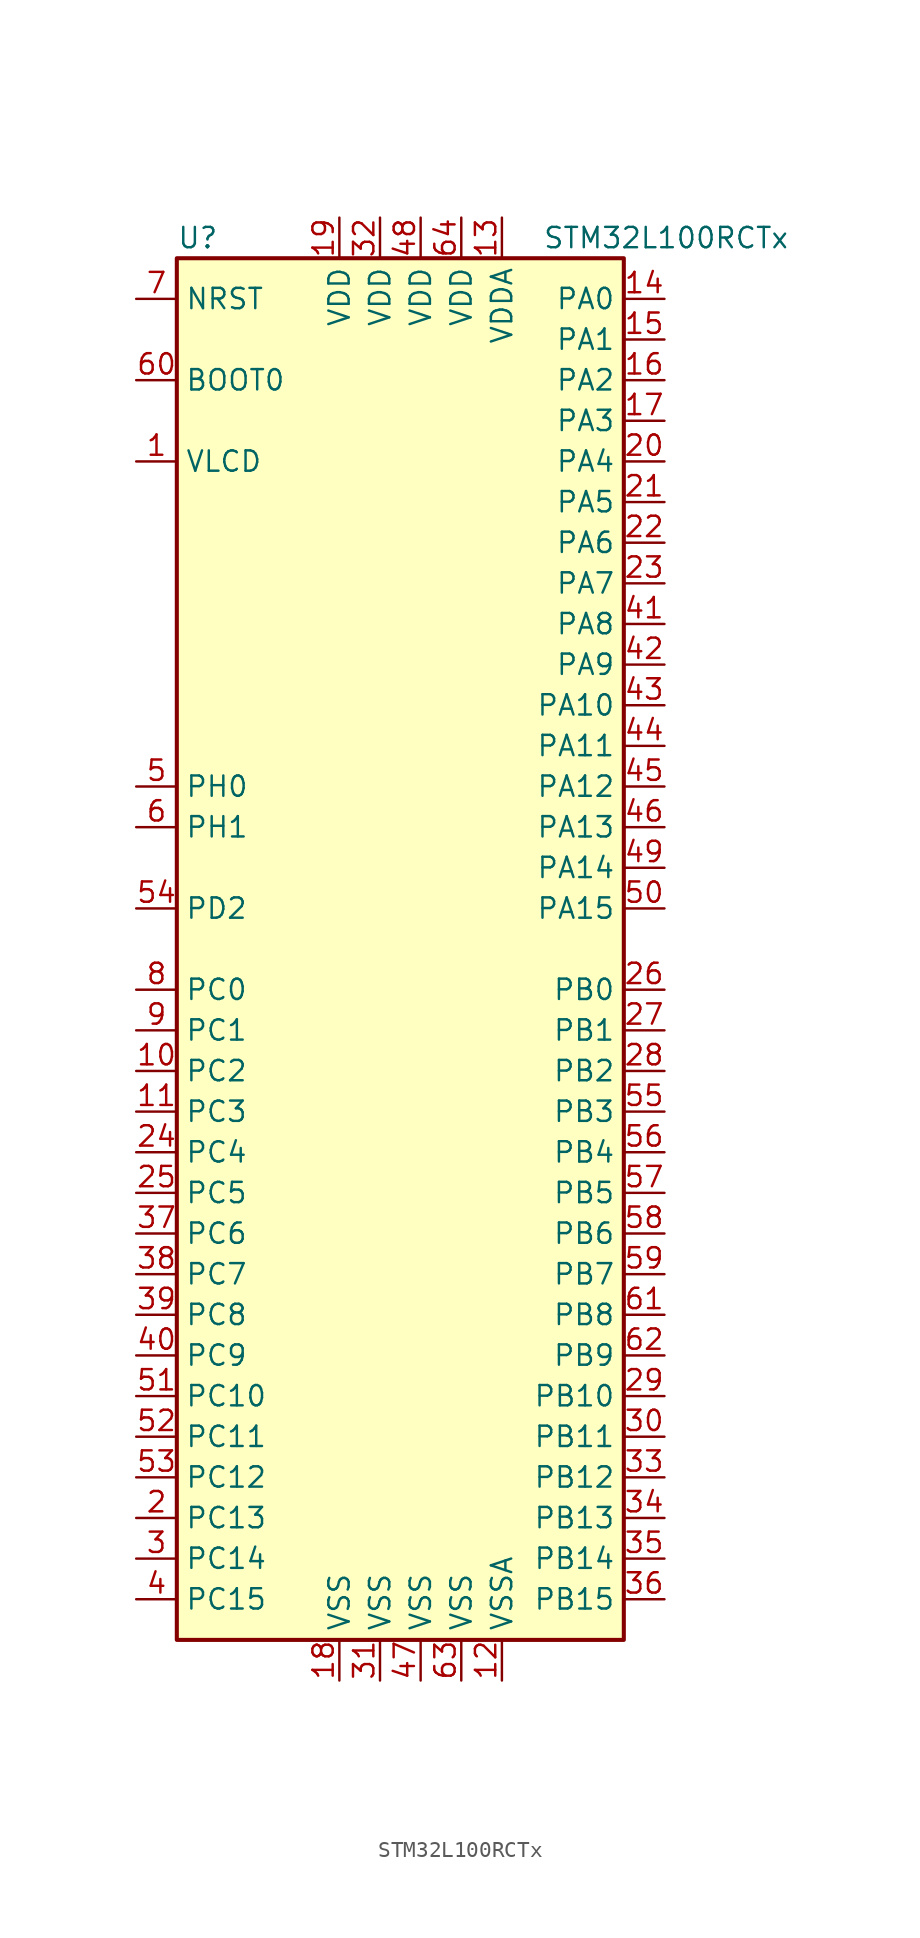
<source format=kicad_sym>
(kicad_symbol_lib
  (version 20211014)
  (generator kicad_symbol_editor)
  (symbol "STM32L100RCTx"
    (property "Reference" "U"
      (at -15.24 44.45 0)
      (effects (font (size 1.27 1.27)) (justify left)))
    (property "Value" "STM32L100RCTx"
      (at 7.62 44.45 0)
      (effects (font (size 1.27 1.27)) (justify left)))
    (symbol "STM32L100RCTx_0_1"
      (rectangle (start -15.24 -43.18) (end 12.7 43.18) (stroke (width 0.254) (type default) (color 0 0 0 0)) (fill (type background))))
    (symbol "STM32L100RCTx_1_1"
      (pin power_in line (at -17.78 30.48 0) (length 2.54) (name "VLCD" (effects (font (size 1.27 1.27)))) (number "1" (effects (font (size 1.27 1.27)))))
      (pin bidirectional line (at -17.78 -7.62 0) (length 2.54) (name "PC2" (effects (font (size 1.27 1.27)))) (number "10" (effects (font (size 1.27 1.27)))))
      (pin bidirectional line (at -17.78 -10.16 0) (length 2.54) (name "PC3" (effects (font (size 1.27 1.27)))) (number "11" (effects (font (size 1.27 1.27)))))
      (pin power_in line (at 5.08 -45.72 90) (length 2.54) (name "VSSA" (effects (font (size 1.27 1.27)))) (number "12" (effects (font (size 1.27 1.27)))))
      (pin power_in line (at 5.08 45.72 270) (length 2.54) (name "VDDA" (effects (font (size 1.27 1.27)))) (number "13" (effects (font (size 1.27 1.27)))))
      (pin bidirectional line (at 15.24 40.64 180) (length 2.54) (name "PA0" (effects (font (size 1.27 1.27)))) (number "14" (effects (font (size 1.27 1.27)))))
      (pin bidirectional line (at 15.24 38.1 180) (length 2.54) (name "PA1" (effects (font (size 1.27 1.27)))) (number "15" (effects (font (size 1.27 1.27)))))
      (pin bidirectional line (at 15.24 35.56 180) (length 2.54) (name "PA2" (effects (font (size 1.27 1.27)))) (number "16" (effects (font (size 1.27 1.27)))))
      (pin bidirectional line (at 15.24 33.02 180) (length 2.54) (name "PA3" (effects (font (size 1.27 1.27)))) (number "17" (effects (font (size 1.27 1.27)))))
      (pin power_in line (at -5.08 -45.72 90) (length 2.54) (name "VSS" (effects (font (size 1.27 1.27)))) (number "18" (effects (font (size 1.27 1.27)))))
      (pin power_in line (at -5.08 45.72 270) (length 2.54) (name "VDD" (effects (font (size 1.27 1.27)))) (number "19" (effects (font (size 1.27 1.27)))))
      (pin bidirectional line (at -17.78 -35.56 0) (length 2.54) (name "PC13" (effects (font (size 1.27 1.27)))) (number "2" (effects (font (size 1.27 1.27)))))
      (pin bidirectional line (at 15.24 30.48 180) (length 2.54) (name "PA4" (effects (font (size 1.27 1.27)))) (number "20" (effects (font (size 1.27 1.27)))))
      (pin bidirectional line (at 15.24 27.94 180) (length 2.54) (name "PA5" (effects (font (size 1.27 1.27)))) (number "21" (effects (font (size 1.27 1.27)))))
      (pin bidirectional line (at 15.24 25.4 180) (length 2.54) (name "PA6" (effects (font (size 1.27 1.27)))) (number "22" (effects (font (size 1.27 1.27)))))
      (pin bidirectional line (at 15.24 22.86 180) (length 2.54) (name "PA7" (effects (font (size 1.27 1.27)))) (number "23" (effects (font (size 1.27 1.27)))))
      (pin bidirectional line (at -17.78 -12.7 0) (length 2.54) (name "PC4" (effects (font (size 1.27 1.27)))) (number "24" (effects (font (size 1.27 1.27)))))
      (pin bidirectional line (at -17.78 -15.24 0) (length 2.54) (name "PC5" (effects (font (size 1.27 1.27)))) (number "25" (effects (font (size 1.27 1.27)))))
      (pin bidirectional line (at 15.24 -2.54 180) (length 2.54) (name "PB0" (effects (font (size 1.27 1.27)))) (number "26" (effects (font (size 1.27 1.27)))))
      (pin bidirectional line (at 15.24 -5.08 180) (length 2.54) (name "PB1" (effects (font (size 1.27 1.27)))) (number "27" (effects (font (size 1.27 1.27)))))
      (pin bidirectional line (at 15.24 -7.62 180) (length 2.54) (name "PB2" (effects (font (size 1.27 1.27)))) (number "28" (effects (font (size 1.27 1.27)))))
      (pin bidirectional line (at 15.24 -27.94 180) (length 2.54) (name "PB10" (effects (font (size 1.27 1.27)))) (number "29" (effects (font (size 1.27 1.27)))))
      (pin bidirectional line (at -17.78 -38.1 0) (length 2.54) (name "PC14" (effects (font (size 1.27 1.27)))) (number "3" (effects (font (size 1.27 1.27)))))
      (pin bidirectional line (at 15.24 -30.48 180) (length 2.54) (name "PB11" (effects (font (size 1.27 1.27)))) (number "30" (effects (font (size 1.27 1.27)))))
      (pin power_in line (at -2.54 -45.72 90) (length 2.54) (name "VSS" (effects (font (size 1.27 1.27)))) (number "31" (effects (font (size 1.27 1.27)))))
      (pin power_in line (at -2.54 45.72 270) (length 2.54) (name "VDD" (effects (font (size 1.27 1.27)))) (number "32" (effects (font (size 1.27 1.27)))))
      (pin bidirectional line (at 15.24 -33.02 180) (length 2.54) (name "PB12" (effects (font (size 1.27 1.27)))) (number "33" (effects (font (size 1.27 1.27)))))
      (pin bidirectional line (at 15.24 -35.56 180) (length 2.54) (name "PB13" (effects (font (size 1.27 1.27)))) (number "34" (effects (font (size 1.27 1.27)))))
      (pin bidirectional line (at 15.24 -38.1 180) (length 2.54) (name "PB14" (effects (font (size 1.27 1.27)))) (number "35" (effects (font (size 1.27 1.27)))))
      (pin bidirectional line (at 15.24 -40.64 180) (length 2.54) (name "PB15" (effects (font (size 1.27 1.27)))) (number "36" (effects (font (size 1.27 1.27)))))
      (pin bidirectional line (at -17.78 -17.78 0) (length 2.54) (name "PC6" (effects (font (size 1.27 1.27)))) (number "37" (effects (font (size 1.27 1.27)))))
      (pin bidirectional line (at -17.78 -20.32 0) (length 2.54) (name "PC7" (effects (font (size 1.27 1.27)))) (number "38" (effects (font (size 1.27 1.27)))))
      (pin bidirectional line (at -17.78 -22.86 0) (length 2.54) (name "PC8" (effects (font (size 1.27 1.27)))) (number "39" (effects (font (size 1.27 1.27)))))
      (pin bidirectional line (at -17.78 -40.64 0) (length 2.54) (name "PC15" (effects (font (size 1.27 1.27)))) (number "4" (effects (font (size 1.27 1.27)))))
      (pin bidirectional line (at -17.78 -25.4 0) (length 2.54) (name "PC9" (effects (font (size 1.27 1.27)))) (number "40" (effects (font (size 1.27 1.27)))))
      (pin bidirectional line (at 15.24 20.32 180) (length 2.54) (name "PA8" (effects (font (size 1.27 1.27)))) (number "41" (effects (font (size 1.27 1.27)))))
      (pin bidirectional line (at 15.24 17.78 180) (length 2.54) (name "PA9" (effects (font (size 1.27 1.27)))) (number "42" (effects (font (size 1.27 1.27)))))
      (pin bidirectional line (at 15.24 15.24 180) (length 2.54) (name "PA10" (effects (font (size 1.27 1.27)))) (number "43" (effects (font (size 1.27 1.27)))))
      (pin bidirectional line (at 15.24 12.7 180) (length 2.54) (name "PA11" (effects (font (size 1.27 1.27)))) (number "44" (effects (font (size 1.27 1.27)))))
      (pin bidirectional line (at 15.24 10.16 180) (length 2.54) (name "PA12" (effects (font (size 1.27 1.27)))) (number "45" (effects (font (size 1.27 1.27)))))
      (pin bidirectional line (at 15.24 7.62 180) (length 2.54) (name "PA13" (effects (font (size 1.27 1.27)))) (number "46" (effects (font (size 1.27 1.27)))))
      (pin power_in line (at 0 -45.72 90) (length 2.54) (name "VSS" (effects (font (size 1.27 1.27)))) (number "47" (effects (font (size 1.27 1.27)))))
      (pin power_in line (at 0 45.72 270) (length 2.54) (name "VDD" (effects (font (size 1.27 1.27)))) (number "48" (effects (font (size 1.27 1.27)))))
      (pin bidirectional line (at 15.24 5.08 180) (length 2.54) (name "PA14" (effects (font (size 1.27 1.27)))) (number "49" (effects (font (size 1.27 1.27)))))
      (pin input line (at -17.78 10.16 0) (length 2.54) (name "PH0" (effects (font (size 1.27 1.27)))) (number "5" (effects (font (size 1.27 1.27)))))
      (pin bidirectional line (at 15.24 2.54 180) (length 2.54) (name "PA15" (effects (font (size 1.27 1.27)))) (number "50" (effects (font (size 1.27 1.27)))))
      (pin bidirectional line (at -17.78 -27.94 0) (length 2.54) (name "PC10" (effects (font (size 1.27 1.27)))) (number "51" (effects (font (size 1.27 1.27)))))
      (pin bidirectional line (at -17.78 -30.48 0) (length 2.54) (name "PC11" (effects (font (size 1.27 1.27)))) (number "52" (effects (font (size 1.27 1.27)))))
      (pin bidirectional line (at -17.78 -33.02 0) (length 2.54) (name "PC12" (effects (font (size 1.27 1.27)))) (number "53" (effects (font (size 1.27 1.27)))))
      (pin bidirectional line (at -17.78 2.54 0) (length 2.54) (name "PD2" (effects (font (size 1.27 1.27)))) (number "54" (effects (font (size 1.27 1.27)))))
      (pin bidirectional line (at 15.24 -10.16 180) (length 2.54) (name "PB3" (effects (font (size 1.27 1.27)))) (number "55" (effects (font (size 1.27 1.27)))))
      (pin bidirectional line (at 15.24 -12.7 180) (length 2.54) (name "PB4" (effects (font (size 1.27 1.27)))) (number "56" (effects (font (size 1.27 1.27)))))
      (pin bidirectional line (at 15.24 -15.24 180) (length 2.54) (name "PB5" (effects (font (size 1.27 1.27)))) (number "57" (effects (font (size 1.27 1.27)))))
      (pin bidirectional line (at 15.24 -17.78 180) (length 2.54) (name "PB6" (effects (font (size 1.27 1.27)))) (number "58" (effects (font (size 1.27 1.27)))))
      (pin bidirectional line (at 15.24 -20.32 180) (length 2.54) (name "PB7" (effects (font (size 1.27 1.27)))) (number "59" (effects (font (size 1.27 1.27)))))
      (pin input line (at -17.78 7.62 0) (length 2.54) (name "PH1" (effects (font (size 1.27 1.27)))) (number "6" (effects (font (size 1.27 1.27)))))
      (pin input line (at -17.78 35.56 0) (length 2.54) (name "BOOT0" (effects (font (size 1.27 1.27)))) (number "60" (effects (font (size 1.27 1.27)))))
      (pin bidirectional line (at 15.24 -22.86 180) (length 2.54) (name "PB8" (effects (font (size 1.27 1.27)))) (number "61" (effects (font (size 1.27 1.27)))))
      (pin bidirectional line (at 15.24 -25.4 180) (length 2.54) (name "PB9" (effects (font (size 1.27 1.27)))) (number "62" (effects (font (size 1.27 1.27)))))
      (pin power_in line (at 2.54 -45.72 90) (length 2.54) (name "VSS" (effects (font (size 1.27 1.27)))) (number "63" (effects (font (size 1.27 1.27)))))
      (pin power_in line (at 2.54 45.72 270) (length 2.54) (name "VDD" (effects (font (size 1.27 1.27)))) (number "64" (effects (font (size 1.27 1.27)))))
      (pin input line (at -17.78 40.64 0) (length 2.54) (name "NRST" (effects (font (size 1.27 1.27)))) (number "7" (effects (font (size 1.27 1.27)))))
      (pin bidirectional line (at -17.78 -2.54 0) (length 2.54) (name "PC0" (effects (font (size 1.27 1.27)))) (number "8" (effects (font (size 1.27 1.27)))))
      (pin bidirectional line (at -17.78 -5.08 0) (length 2.54) (name "PC1" (effects (font (size 1.27 1.27)))) (number "9" (effects (font (size 1.27 1.27))))))))
</source>
